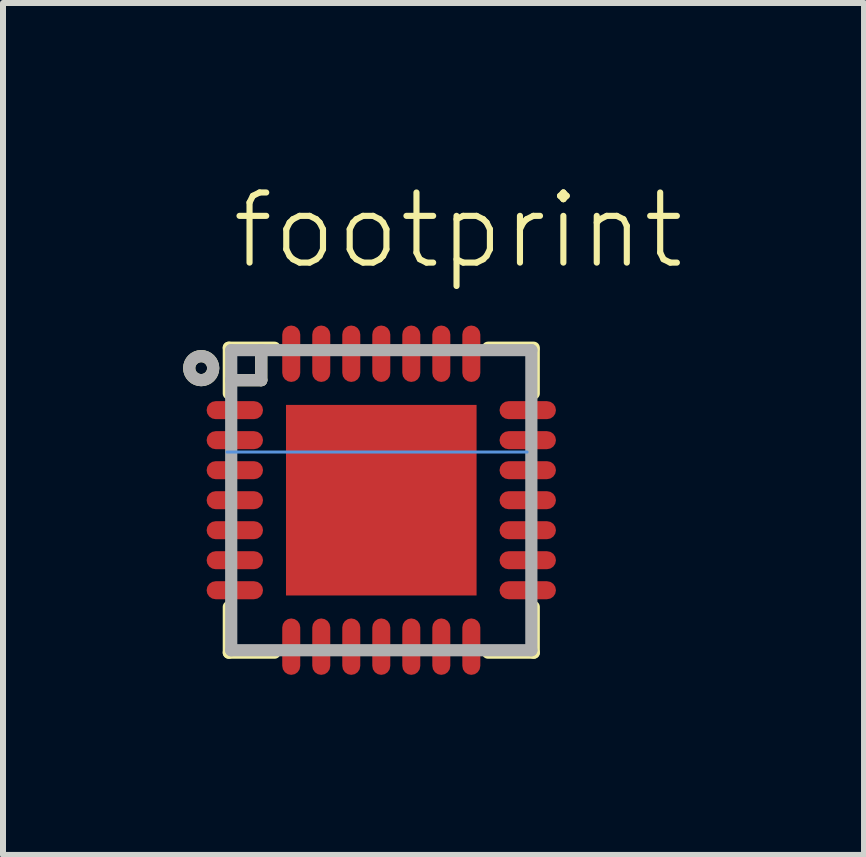
<source format=kicad_pcb>
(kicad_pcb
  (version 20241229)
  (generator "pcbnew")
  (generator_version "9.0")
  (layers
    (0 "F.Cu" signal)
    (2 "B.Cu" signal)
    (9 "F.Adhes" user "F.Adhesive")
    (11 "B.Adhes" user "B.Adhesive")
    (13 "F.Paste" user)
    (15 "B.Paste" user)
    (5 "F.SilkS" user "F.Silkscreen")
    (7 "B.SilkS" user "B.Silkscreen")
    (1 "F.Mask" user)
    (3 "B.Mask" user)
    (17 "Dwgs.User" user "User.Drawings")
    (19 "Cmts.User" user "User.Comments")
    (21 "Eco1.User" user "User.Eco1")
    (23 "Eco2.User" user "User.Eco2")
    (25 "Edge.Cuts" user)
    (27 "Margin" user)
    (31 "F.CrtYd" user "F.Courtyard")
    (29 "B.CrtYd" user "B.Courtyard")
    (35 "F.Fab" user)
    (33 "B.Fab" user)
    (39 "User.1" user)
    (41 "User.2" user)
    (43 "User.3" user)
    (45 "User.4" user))
  (footprint "footprint"
    (layer "F.Cu")
    (at 3.302 5.283)
    (property "Reference" "footprint" (at -2.54 -3.81 0) (layer "F.SilkS") (effects (font (size 1.168 1.168) (thickness 0.102)) (justify left bottom)))
    (fp_line (start -2.54 -2.54) (end -2.54 -1.778) (stroke (width 0.203) (type solid)) (layer "F.SilkS"))
    (fp_line (start -2.54 -2.54) (end -1.778 -2.54) (stroke (width 0.203) (type solid)) (layer "F.SilkS"))
    (fp_line (start -2.54 2.54) (end -2.54 1.778) (stroke (width 0.203) (type solid)) (layer "F.SilkS"))
    (fp_line (start -2.54 2.54) (end -1.778 2.54) (stroke (width 0.203) (type solid)) (layer "F.SilkS"))
    (fp_line (start -2 -2.5) (end -2 -2) (stroke (width 0.203) (type solid)) (layer "F.SilkS"))
    (fp_line (start -2 -2) (end -2.5 -2) (stroke (width 0.203) (type solid)) (layer "F.SilkS"))
    (fp_line (start 2.54 -2.54) (end 1.778 -2.54) (stroke (width 0.203) (type solid)) (layer "F.SilkS"))
    (fp_line (start 2.54 -2.5) (end 2.54 -1.778) (stroke (width 0.203) (type solid)) (layer "F.SilkS"))
    (fp_line (start 2.54 2.54) (end 1.778 2.54) (stroke (width 0.203) (type solid)) (layer "F.SilkS"))
    (fp_line (start 2.54 2.54) (end 2.54 1.778) (stroke (width 0.203) (type solid)) (layer "F.SilkS"))
    (fp_circle (center -3 -2.2) (end -2.8 -2.2) (stroke (width 0.203) (type solid)) (fill no) (layer "F.SilkS"))
    (fp_poly (pts (xy 0.343 0.343) (xy 0.343 -0.343) (xy -0.343 -0.343) (xy -0.343 0.343)) (stroke (width 0) (type solid)) (fill yes) (layer "F.Paste"))
    (fp_line (start 2.429 -0.802) (end -2.571 -0.802) (stroke (width 0.05) (type solid)) (layer "Cmts.User"))
    (fp_line (start -2.5 -2.5) (end -2.5 -2) (stroke (width 0.203) (type solid)) (layer "F.Fab"))
    (fp_line (start -2.5 -2) (end -2.5 2.5) (stroke (width 0.203) (type solid)) (layer "F.Fab"))
    (fp_line (start -2.5 2.5) (end 2.5 2.5) (stroke (width 0.203) (type solid)) (layer "F.Fab"))
    (fp_line (start -2 -2.5) (end -2.5 -2.5) (stroke (width 0.203) (type solid)) (layer "F.Fab"))
    (fp_line (start -2 -2.5) (end -2 -2) (stroke (width 0.203) (type solid)) (layer "F.Fab"))
    (fp_line (start -2 -2) (end -2.5 -2) (stroke (width 0.203) (type solid)) (layer "F.Fab"))
    (fp_line (start 2.5 -2.5) (end -2 -2.5) (stroke (width 0.203) (type solid)) (layer "F.Fab"))
    (fp_line (start 2.5 2.5) (end 2.5 -2.5) (stroke (width 0.203) (type solid)) (layer "F.Fab"))
    (fp_circle (center -3 -2.2) (end -2.8 -2.2) (stroke (width 0.203) (type solid)) (fill no) (layer "F.Fab"))
    (pad "P$1" smd roundrect (at -2.44 -1.5 90) (size 0.3 0.94) (layers "F.Cu" "F.Mask" "F.Paste") (roundrect_rratio 0.5))
    (pad "P$2" smd roundrect (at -2.44 -1 90) (size 0.3 0.94) (layers "F.Cu" "F.Mask" "F.Paste") (roundrect_rratio 0.5))
    (pad "P$3" smd roundrect (at -2.44 -0.5 90) (size 0.3 0.94) (layers "F.Cu" "F.Mask" "F.Paste") (roundrect_rratio 0.5))
    (pad "P$4" smd roundrect (at -2.44 0 90) (size 0.3 0.94) (layers "F.Cu" "F.Mask" "F.Paste") (roundrect_rratio 0.5))
    (pad "P$5" smd roundrect (at -2.44 0.5 90) (size 0.3 0.94) (layers "F.Cu" "F.Mask" "F.Paste") (roundrect_rratio 0.5))
    (pad "P$6" smd roundrect (at -2.44 1 90) (size 0.3 0.94) (layers "F.Cu" "F.Mask" "F.Paste") (roundrect_rratio 0.5))
    (pad "P$7" smd roundrect (at -2.44 1.5 90) (size 0.3 0.94) (layers "F.Cu" "F.Mask" "F.Paste") (roundrect_rratio 0.5))
    (pad "P$8" smd roundrect (at -1.5 2.44 180) (size 0.3 0.94) (layers "F.Cu" "F.Mask" "F.Paste") (roundrect_rratio 0.5))
    (pad "P$9" smd roundrect (at -1 2.44 180) (size 0.3 0.94) (layers "F.Cu" "F.Mask" "F.Paste") (roundrect_rratio 0.5))
    (pad "P$10" smd roundrect (at -0.5 2.44 180) (size 0.3 0.94) (layers "F.Cu" "F.Mask" "F.Paste") (roundrect_rratio 0.5))
    (pad "P$11" smd roundrect (at 0 2.44 180) (size 0.3 0.94) (layers "F.Cu" "F.Mask" "F.Paste") (roundrect_rratio 0.5))
    (pad "P$12" smd roundrect (at 0.5 2.44 180) (size 0.3 0.94) (layers "F.Cu" "F.Mask" "F.Paste") (roundrect_rratio 0.5))
    (pad "P$13" smd roundrect (at 1 2.44 180) (size 0.3 0.94) (layers "F.Cu" "F.Mask" "F.Paste") (roundrect_rratio 0.5))
    (pad "P$14" smd roundrect (at 1.5 2.44 180) (size 0.3 0.94) (layers "F.Cu" "F.Mask" "F.Paste") (roundrect_rratio 0.5))
    (pad "P$15" smd roundrect (at 2.44 1.5 270) (size 0.3 0.94) (layers "F.Cu" "F.Mask" "F.Paste") (roundrect_rratio 0.5))
    (pad "P$16" smd roundrect (at 2.44 1 270) (size 0.3 0.94) (layers "F.Cu" "F.Mask" "F.Paste") (roundrect_rratio 0.5))
    (pad "P$17" smd roundrect (at 2.44 0.5 270) (size 0.3 0.94) (layers "F.Cu" "F.Mask" "F.Paste") (roundrect_rratio 0.5))
    (pad "P$18" smd roundrect (at 2.44 0 270) (size 0.3 0.94) (layers "F.Cu" "F.Mask" "F.Paste") (roundrect_rratio 0.5))
    (pad "P$19" smd roundrect (at 2.44 -0.5 270) (size 0.3 0.94) (layers "F.Cu" "F.Mask" "F.Paste") (roundrect_rratio 0.5))
    (pad "P$20" smd roundrect (at 2.44 -1 270) (size 0.3 0.94) (layers "F.Cu" "F.Mask" "F.Paste") (roundrect_rratio 0.5))
    (pad "P$21" smd roundrect (at 2.44 -1.5 270) (size 0.3 0.94) (layers "F.Cu" "F.Mask" "F.Paste") (roundrect_rratio 0.5))
    (pad "P$22" smd roundrect (at 1.5 -2.44) (size 0.3 0.94) (layers "F.Cu" "F.Mask" "F.Paste") (roundrect_rratio 0.5))
    (pad "P$23" smd roundrect (at 1 -2.44) (size 0.3 0.94) (layers "F.Cu" "F.Mask" "F.Paste") (roundrect_rratio 0.5))
    (pad "P$24" smd roundrect (at 0.5 -2.44) (size 0.3 0.94) (layers "F.Cu" "F.Mask" "F.Paste") (roundrect_rratio 0.5))
    (pad "P$25" smd roundrect (at 0 -2.44) (size 0.3 0.94) (layers "F.Cu" "F.Mask" "F.Paste") (roundrect_rratio 0.5))
    (pad "P$26" smd roundrect (at -0.5 -2.44) (size 0.3 0.94) (layers "F.Cu" "F.Mask" "F.Paste") (roundrect_rratio 0.5))
    (pad "P$27" smd roundrect (at -1 -2.44) (size 0.3 0.94) (layers "F.Cu" "F.Mask" "F.Paste") (roundrect_rratio 0.5))
    (pad "P$28" smd roundrect (at -1.5 -2.44) (size 0.3 0.94) (layers "F.Cu" "F.Mask" "F.Paste") (roundrect_rratio 0.5))
    (pad "P$29" smd rect (at 0 0) (size 3.175 3.175) (layers "F.Cu" "F.Mask")))
  (gr_rect
    (start -3 -3)
    (end 11.344 11.193)
    (stroke (width 0.1) (type default))
    (fill no)
    (layer "Edge.Cuts")))
</source>
